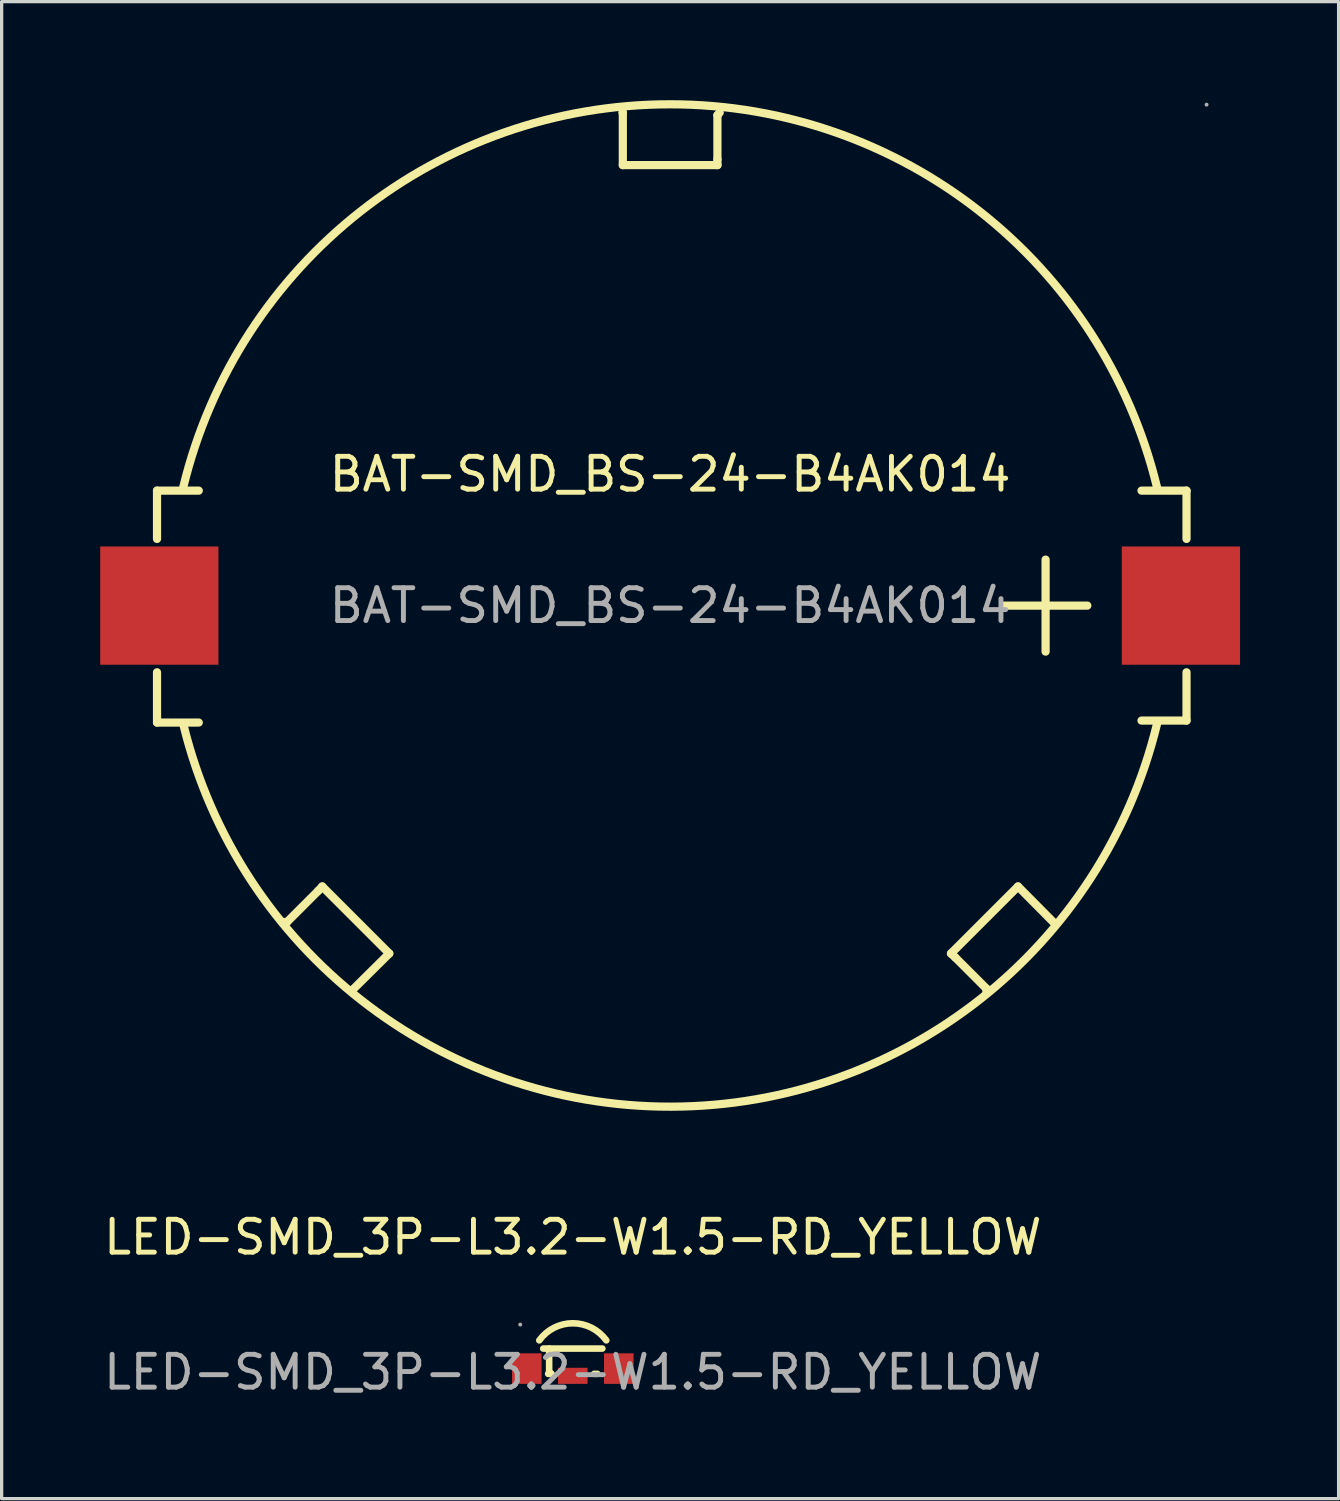
<source format=kicad_pcb>
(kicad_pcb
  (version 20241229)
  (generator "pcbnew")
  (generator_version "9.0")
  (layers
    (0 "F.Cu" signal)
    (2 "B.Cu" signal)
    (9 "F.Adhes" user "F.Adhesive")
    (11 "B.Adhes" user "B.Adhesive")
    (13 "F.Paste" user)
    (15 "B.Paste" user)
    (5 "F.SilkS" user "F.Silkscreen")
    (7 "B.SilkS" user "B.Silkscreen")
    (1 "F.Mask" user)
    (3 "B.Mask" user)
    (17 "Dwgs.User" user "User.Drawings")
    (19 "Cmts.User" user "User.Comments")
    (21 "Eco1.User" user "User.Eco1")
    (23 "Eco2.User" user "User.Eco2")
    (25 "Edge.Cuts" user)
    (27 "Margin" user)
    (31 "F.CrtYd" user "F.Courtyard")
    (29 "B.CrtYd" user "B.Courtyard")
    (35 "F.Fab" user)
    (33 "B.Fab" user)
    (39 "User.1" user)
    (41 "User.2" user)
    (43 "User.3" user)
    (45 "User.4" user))
  (footprint "LED-SMD_3P-L3.2-W1.5-RD_YELLOW"
    (layer "F.Cu")
    (at 14.387 38.723)
    (property "Reference" "LED-SMD_3P-L3.2-W1.5-RD_YELLOW" (at 0 -4.11 0) (layer "F.SilkS") (effects (font (size 1 1) (thickness 0.15))))
    (attr through_hole)
    (fp_line (start -0.9 -0.72) (end 0.9 -0.72) (stroke (width 0.2) (type solid)) (layer "F.SilkS"))
    (fp_line (start -0.75 0.05) (end -0.65 0.05) (stroke (width 0.2) (type solid)) (layer "F.SilkS"))
    (fp_line (start -0.72 -0.72) (end -0.72 -0.02) (stroke (width 0.2) (type solid)) (layer "F.SilkS"))
    (fp_line (start -0.72 -0.02) (end -0.65 0.05) (stroke (width 0.2) (type solid)) (layer "F.SilkS"))
    (fp_line (start 0.65 0.05) (end 0.75 0.05) (stroke (width 0.2) (type solid)) (layer "F.SilkS"))
    (fp_arc (start -1.020272 -0.969625) (mid -0.000232 -1.490159) (end 1.02 -0.97) (stroke (width 0.2) (type solid)) (layer "F.SilkS"))
    (fp_circle (center -1.6 -1.45) (end -1.57 -1.45) (stroke (width 0.06) (type solid)) (fill no) (layer "F.Fab"))
    (fp_text user "${REFERENCE}" (at 0 0 0) (layer "F.Fab") (effects (font (size 1 1) (thickness 0.15))))
    (pad "1" smd rect (at -1.4 -0.11 180) (size 0.9 0.93) (layers "F.Cu" "F.Mask" "F.Paste"))
    (pad "2" smd rect (at 1.4 -0.11 180) (size 0.9 0.93) (layers "F.Cu" "F.Mask" "F.Paste"))
    (pad "3" smd rect (at 0 0.11 180) (size 0.9 0.49) (layers "F.Cu" "F.Mask" "F.Paste")))
  (footprint "BAT-SMD_BS-24-B4AK014"
    (layer "F.Cu")
    (at 17.35 15.386)
    (property "Reference" "BAT-SMD_BS-24-B4AK014" (at 0 -4 0) (layer "F.SilkS") (effects (font (size 1 1) (thickness 0.15))))
    (attr smd)
    (fp_line (start -15.62 -3.5) (end -15.62 -2.03) (stroke (width 0.25) (type solid)) (layer "F.SilkS"))
    (fp_line (start -15.62 2.03) (end -15.62 3.56) (stroke (width 0.25) (type solid)) (layer "F.SilkS"))
    (fp_line (start -15.62 3.56) (end -14.35 3.56) (stroke (width 0.25) (type solid)) (layer "F.SilkS"))
    (fp_line (start -14.35 -3.5) (end -15.62 -3.5) (stroke (width 0.25) (type solid)) (layer "F.SilkS"))
    (fp_line (start -11.77 9.63) (end -11.66 9.63) (stroke (width 0.25) (type solid)) (layer "F.SilkS"))
    (fp_line (start -11.66 9.63) (end -10.71 8.68) (stroke (width 0.25) (type solid)) (layer "F.SilkS"))
    (fp_line (start -10.71 8.68) (end -10.59 8.55) (stroke (width 0.25) (type solid)) (layer "F.SilkS"))
    (fp_line (start -10.59 8.55) (end -8.55 10.59) (stroke (width 0.25) (type solid)) (layer "F.SilkS"))
    (fp_line (start -9.68 11.71) (end -9.68 11.73) (stroke (width 0.25) (type solid)) (layer "F.SilkS"))
    (fp_line (start -8.55 10.59) (end -9.68 11.71) (stroke (width 0.25) (type solid)) (layer "F.SilkS"))
    (fp_line (start -1.44 -15.01) (end -1.45 -15.01) (stroke (width 0.25) (type solid)) (layer "F.SilkS"))
    (fp_line (start -1.44 -13.41) (end -1.44 -15.01) (stroke (width 0.25) (type solid)) (layer "F.SilkS"))
    (fp_line (start 1.44 -14.93) (end 1.44 -13.59) (stroke (width 0.25) (type solid)) (layer "F.SilkS"))
    (fp_line (start 1.44 -13.59) (end 1.44 -13.41) (stroke (width 0.25) (type solid)) (layer "F.SilkS"))
    (fp_line (start 1.44 -13.41) (end -1.44 -13.41) (stroke (width 0.25) (type solid)) (layer "F.SilkS"))
    (fp_line (start 1.51 -15.01) (end 1.44 -14.93) (stroke (width 0.25) (type solid)) (layer "F.SilkS"))
    (fp_line (start 8.55 10.59) (end 10.59 8.55) (stroke (width 0.25) (type solid)) (layer "F.SilkS"))
    (fp_line (start 8.68 10.71) (end 8.55 10.59) (stroke (width 0.25) (type solid)) (layer "F.SilkS"))
    (fp_line (start 9.63 11.66) (end 8.68 10.71) (stroke (width 0.25) (type solid)) (layer "F.SilkS"))
    (fp_line (start 9.63 11.77) (end 9.63 11.66) (stroke (width 0.25) (type solid)) (layer "F.SilkS"))
    (fp_line (start 10.16 0) (end 12.7 0) (stroke (width 0.25) (type solid)) (layer "F.SilkS"))
    (fp_line (start 10.59 8.55) (end 11.71 9.68) (stroke (width 0.25) (type solid)) (layer "F.SilkS"))
    (fp_line (start 11.43 -1.4) (end 11.43 1.4) (stroke (width 0.25) (type solid)) (layer "F.SilkS"))
    (fp_line (start 11.71 9.68) (end 11.73 9.68) (stroke (width 0.25) (type solid)) (layer "F.SilkS"))
    (fp_line (start 14.35 -3.5) (end 15.72 -3.5) (stroke (width 0.25) (type solid)) (layer "F.SilkS"))
    (fp_line (start 15.72 -3.5) (end 15.72 -2.03) (stroke (width 0.25) (type solid)) (layer "F.SilkS"))
    (fp_line (start 15.72 2.03) (end 15.72 3.5) (stroke (width 0.25) (type solid)) (layer "F.SilkS"))
    (fp_line (start 15.72 3.5) (end 14.35 3.5) (stroke (width 0.25) (type solid)) (layer "F.SilkS"))
    (fp_arc (start -14.82 -3.61) (mid 0.003606 -15.26098) (end 14.821701 -3.602991) (stroke (width 0.25) (type solid)) (layer "F.SilkS"))
    (fp_arc (start 14.82 3.61) (mid 0.02794 15.253318) (end -14.806675 3.664268) (stroke (width 0.25) (type solid)) (layer "F.SilkS"))
    (fp_circle (center 16.33 -15.25) (end 16.36 -15.25) (stroke (width 0.06) (type solid)) (fill no) (layer "F.Fab"))
    (fp_text user "${REFERENCE}" (at 0 0 0) (layer "F.Fab") (effects (font (size 1 1) (thickness 0.15))))
    (pad "1" smd rect (at 15.55 0) (size 3.6 3.6) (layers "F.Cu" "F.Mask" "F.Paste"))
    (pad "2" smd rect (at -15.55 0) (size 3.6 3.6) (layers "F.Cu" "F.Mask" "F.Paste")))
  (gr_rect
    (start -3 -3)
    (end 37.7 42.571)
    (stroke (width 0.1) (type default))
    (fill no)
    (layer "Edge.Cuts")))
</source>
